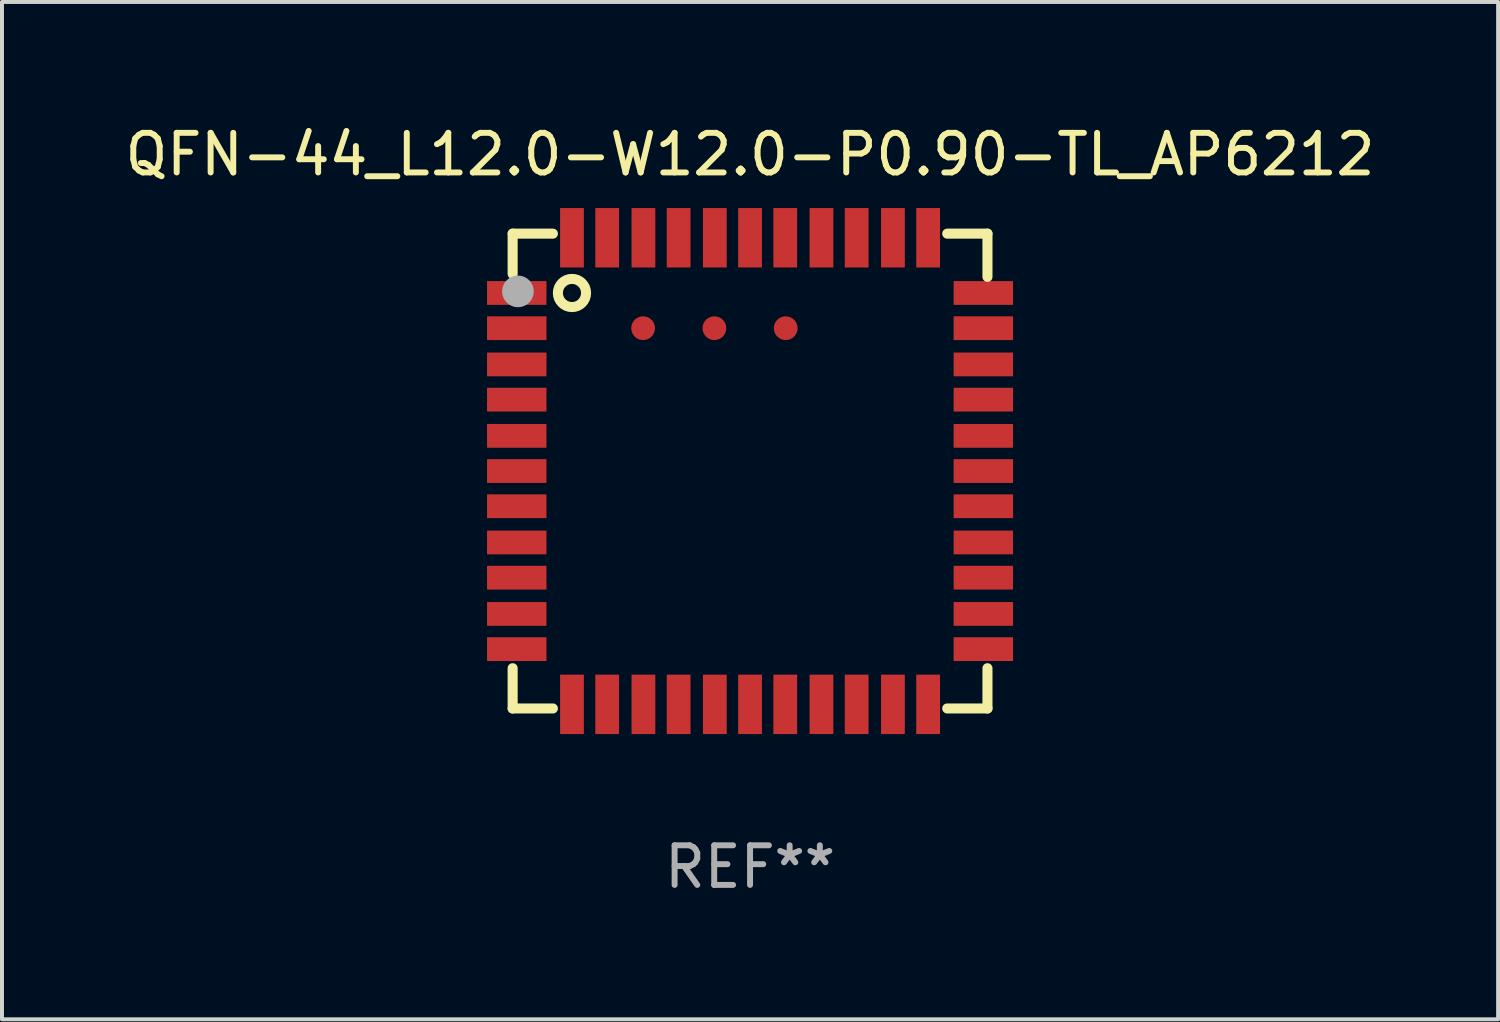
<source format=kicad_pcb>
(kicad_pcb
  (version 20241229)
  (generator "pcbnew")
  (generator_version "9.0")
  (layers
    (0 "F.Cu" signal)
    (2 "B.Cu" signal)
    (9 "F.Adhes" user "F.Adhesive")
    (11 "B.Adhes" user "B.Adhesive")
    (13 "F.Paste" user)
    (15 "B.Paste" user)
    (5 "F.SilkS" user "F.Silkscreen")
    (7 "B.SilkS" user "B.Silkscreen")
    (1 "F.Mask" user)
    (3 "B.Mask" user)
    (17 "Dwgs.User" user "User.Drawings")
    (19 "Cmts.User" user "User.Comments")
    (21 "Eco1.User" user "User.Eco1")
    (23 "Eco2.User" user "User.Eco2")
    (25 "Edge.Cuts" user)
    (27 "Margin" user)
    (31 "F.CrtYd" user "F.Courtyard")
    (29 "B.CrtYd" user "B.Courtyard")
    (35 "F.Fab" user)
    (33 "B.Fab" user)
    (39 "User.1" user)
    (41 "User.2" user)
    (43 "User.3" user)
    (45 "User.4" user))
  (footprint "QFN-44_L12.0-W12.0-P0.90-TL_AP6212"
    (layer "F.Cu")
    (at 15.887 8.843)
    (property "Reference" "QFN-44_L12.0-W12.0-P0.90-TL_AP6212" (at 0 -7.994 0) (layer "F.SilkS") (effects (font (size 1 1) (thickness 0.15))))
    (attr smd)
    (fp_line (start -5.994 -5.994) (end -4.978 -5.994) (stroke (width 0.254) (type solid)) (layer "F.SilkS"))
    (fp_line (start -5.994 -4.978) (end -5.994 -5.994) (stroke (width 0.254) (type solid)) (layer "F.SilkS"))
    (fp_line (start -5.994 5.994) (end -5.994 4.978) (stroke (width 0.254) (type solid)) (layer "F.SilkS"))
    (fp_line (start -4.978 5.994) (end -5.994 5.994) (stroke (width 0.254) (type solid)) (layer "F.SilkS"))
    (fp_line (start 4.978 -5.994) (end 5.994 -5.994) (stroke (width 0.254) (type solid)) (layer "F.SilkS"))
    (fp_line (start 5.994 -5.994) (end 5.994 -4.902) (stroke (width 0.254) (type solid)) (layer "F.SilkS"))
    (fp_line (start 5.994 4.978) (end 5.994 5.994) (stroke (width 0.254) (type solid)) (layer "F.SilkS"))
    (fp_line (start 5.994 5.994) (end 4.978 5.994) (stroke (width 0.254) (type solid)) (layer "F.SilkS"))
    (fp_circle (center -6 -6) (end -5.97 -6) (stroke (width 0.06) (type solid)) (fill no) (layer "F.SilkS"))
    (fp_circle (center -4.496 -4.496) (end -4.14 -4.496) (stroke (width 0.254) (type solid)) (fill no) (layer "F.SilkS"))
    (fp_circle (center -5.86 -4.536) (end -5.66 -4.536) (stroke (width 0.4) (type solid)) (fill no) (layer "F.Fab"))
    (fp_text user "REF**" (at 0 9.994 0) (layer "F.Fab") (effects (font (size 1 1) (thickness 0.15))))
    (pad "1" smd rect (at -5.89 -4.496) (size 1.5 0.6) (layers "F.Cu" "F.Mask" "F.Paste"))
    (pad "2" smd rect (at -5.89 -3.607) (size 1.5 0.6) (layers "F.Cu" "F.Mask" "F.Paste"))
    (pad "3" smd rect (at -5.89 -2.692) (size 1.5 0.6) (layers "F.Cu" "F.Mask" "F.Paste"))
    (pad "4" smd rect (at -5.89 -1.803) (size 1.5 0.6) (layers "F.Cu" "F.Mask" "F.Paste"))
    (pad "5" smd rect (at -5.89 -0.889) (size 1.5 0.6) (layers "F.Cu" "F.Mask" "F.Paste"))
    (pad "6" smd rect (at -5.89 0) (size 1.5 0.6) (layers "F.Cu" "F.Mask" "F.Paste"))
    (pad "7" smd rect (at -5.89 0.889) (size 1.5 0.6) (layers "F.Cu" "F.Mask" "F.Paste"))
    (pad "8" smd rect (at -5.89 1.803) (size 1.5 0.6) (layers "F.Cu" "F.Mask" "F.Paste"))
    (pad "9" smd rect (at -5.89 2.692) (size 1.5 0.6) (layers "F.Cu" "F.Mask" "F.Paste"))
    (pad "10" smd rect (at -5.89 3.607) (size 1.5 0.6) (layers "F.Cu" "F.Mask" "F.Paste"))
    (pad "11" smd rect (at -5.89 4.496) (size 1.5 0.6) (layers "F.Cu" "F.Mask" "F.Paste"))
    (pad "12" smd rect (at -4.496 5.89 90) (size 1.5 0.6) (layers "F.Cu" "F.Mask" "F.Paste"))
    (pad "13" smd rect (at -3.607 5.89 90) (size 1.5 0.6) (layers "F.Cu" "F.Mask" "F.Paste"))
    (pad "14" smd rect (at -2.692 5.89 90) (size 1.5 0.6) (layers "F.Cu" "F.Mask" "F.Paste"))
    (pad "15" smd rect (at -1.803 5.89 90) (size 1.5 0.6) (layers "F.Cu" "F.Mask" "F.Paste"))
    (pad "16" smd rect (at -0.889 5.89 90) (size 1.5 0.6) (layers "F.Cu" "F.Mask" "F.Paste"))
    (pad "17" smd rect (at 0 5.89 90) (size 1.5 0.6) (layers "F.Cu" "F.Mask" "F.Paste"))
    (pad "18" smd rect (at 0.889 5.89 90) (size 1.5 0.6) (layers "F.Cu" "F.Mask" "F.Paste"))
    (pad "19" smd rect (at 1.803 5.89 90) (size 1.5 0.6) (layers "F.Cu" "F.Mask" "F.Paste"))
    (pad "20" smd rect (at 2.692 5.89 90) (size 1.5 0.6) (layers "F.Cu" "F.Mask" "F.Paste"))
    (pad "21" smd rect (at 3.607 5.89 90) (size 1.5 0.6) (layers "F.Cu" "F.Mask" "F.Paste"))
    (pad "22" smd rect (at 4.496 5.89 90) (size 1.5 0.6) (layers "F.Cu" "F.Mask" "F.Paste"))
    (pad "23" smd rect (at 5.89 4.496 180) (size 1.5 0.6) (layers "F.Cu" "F.Mask" "F.Paste"))
    (pad "24" smd rect (at 5.89 3.607 180) (size 1.5 0.6) (layers "F.Cu" "F.Mask" "F.Paste"))
    (pad "25" smd rect (at 5.89 2.692 180) (size 1.5 0.6) (layers "F.Cu" "F.Mask" "F.Paste"))
    (pad "26" smd rect (at 5.89 1.803 180) (size 1.5 0.6) (layers "F.Cu" "F.Mask" "F.Paste"))
    (pad "27" smd rect (at 5.89 0.889 180) (size 1.5 0.6) (layers "F.Cu" "F.Mask" "F.Paste"))
    (pad "28" smd rect (at 5.89 0 180) (size 1.5 0.6) (layers "F.Cu" "F.Mask" "F.Paste"))
    (pad "29" smd rect (at 5.89 -0.889 180) (size 1.5 0.6) (layers "F.Cu" "F.Mask" "F.Paste"))
    (pad "30" smd rect (at 5.89 -1.803 180) (size 1.5 0.6) (layers "F.Cu" "F.Mask" "F.Paste"))
    (pad "31" smd rect (at 5.89 -2.692 180) (size 1.5 0.6) (layers "F.Cu" "F.Mask" "F.Paste"))
    (pad "32" smd rect (at 5.89 -3.607 180) (size 1.5 0.6) (layers "F.Cu" "F.Mask" "F.Paste"))
    (pad "33" smd rect (at 5.89 -4.496 180) (size 1.5 0.6) (layers "F.Cu" "F.Mask" "F.Paste"))
    (pad "34" smd rect (at 4.496 -5.89 270) (size 1.5 0.6) (layers "F.Cu" "F.Mask" "F.Paste"))
    (pad "35" smd rect (at 3.607 -5.89 270) (size 1.5 0.6) (layers "F.Cu" "F.Mask" "F.Paste"))
    (pad "36" smd rect (at 2.692 -5.89 270) (size 1.5 0.6) (layers "F.Cu" "F.Mask" "F.Paste"))
    (pad "37" smd rect (at 1.803 -5.89 270) (size 1.5 0.6) (layers "F.Cu" "F.Mask" "F.Paste"))
    (pad "38" smd rect (at 0.889 -5.89 270) (size 1.5 0.6) (layers "F.Cu" "F.Mask" "F.Paste"))
    (pad "39" smd rect (at 0 -5.89 270) (size 1.5 0.6) (layers "F.Cu" "F.Mask" "F.Paste"))
    (pad "40" smd rect (at -0.889 -5.89 270) (size 1.5 0.6) (layers "F.Cu" "F.Mask" "F.Paste"))
    (pad "41" smd rect (at -1.803 -5.89 270) (size 1.5 0.6) (layers "F.Cu" "F.Mask" "F.Paste"))
    (pad "42" smd rect (at -2.692 -5.89 270) (size 1.5 0.6) (layers "F.Cu" "F.Mask" "F.Paste"))
    (pad "43" smd rect (at -3.607 -5.89 270) (size 1.5 0.6) (layers "F.Cu" "F.Mask" "F.Paste"))
    (pad "44" smd rect (at -4.496 -5.89 270) (size 1.5 0.6) (layers "F.Cu" "F.Mask" "F.Paste"))
    (pad "45" smd circle (at -2.7 -3.607) (size 0.6 0.6) (layers "F.Cu" "F.Mask" "F.Paste"))
    (pad "46" smd circle (at -0.9 -3.607) (size 0.6 0.6) (layers "F.Cu" "F.Mask" "F.Paste"))
    (pad "47" smd circle (at 0.9 -3.607) (size 0.6 0.6) (layers "F.Cu" "F.Mask" "F.Paste")))
  (gr_rect
    (start -3 -3)
    (end 34.774 22.685)
    (stroke (width 0.1) (type default))
    (fill no)
    (layer "Edge.Cuts")))
</source>
